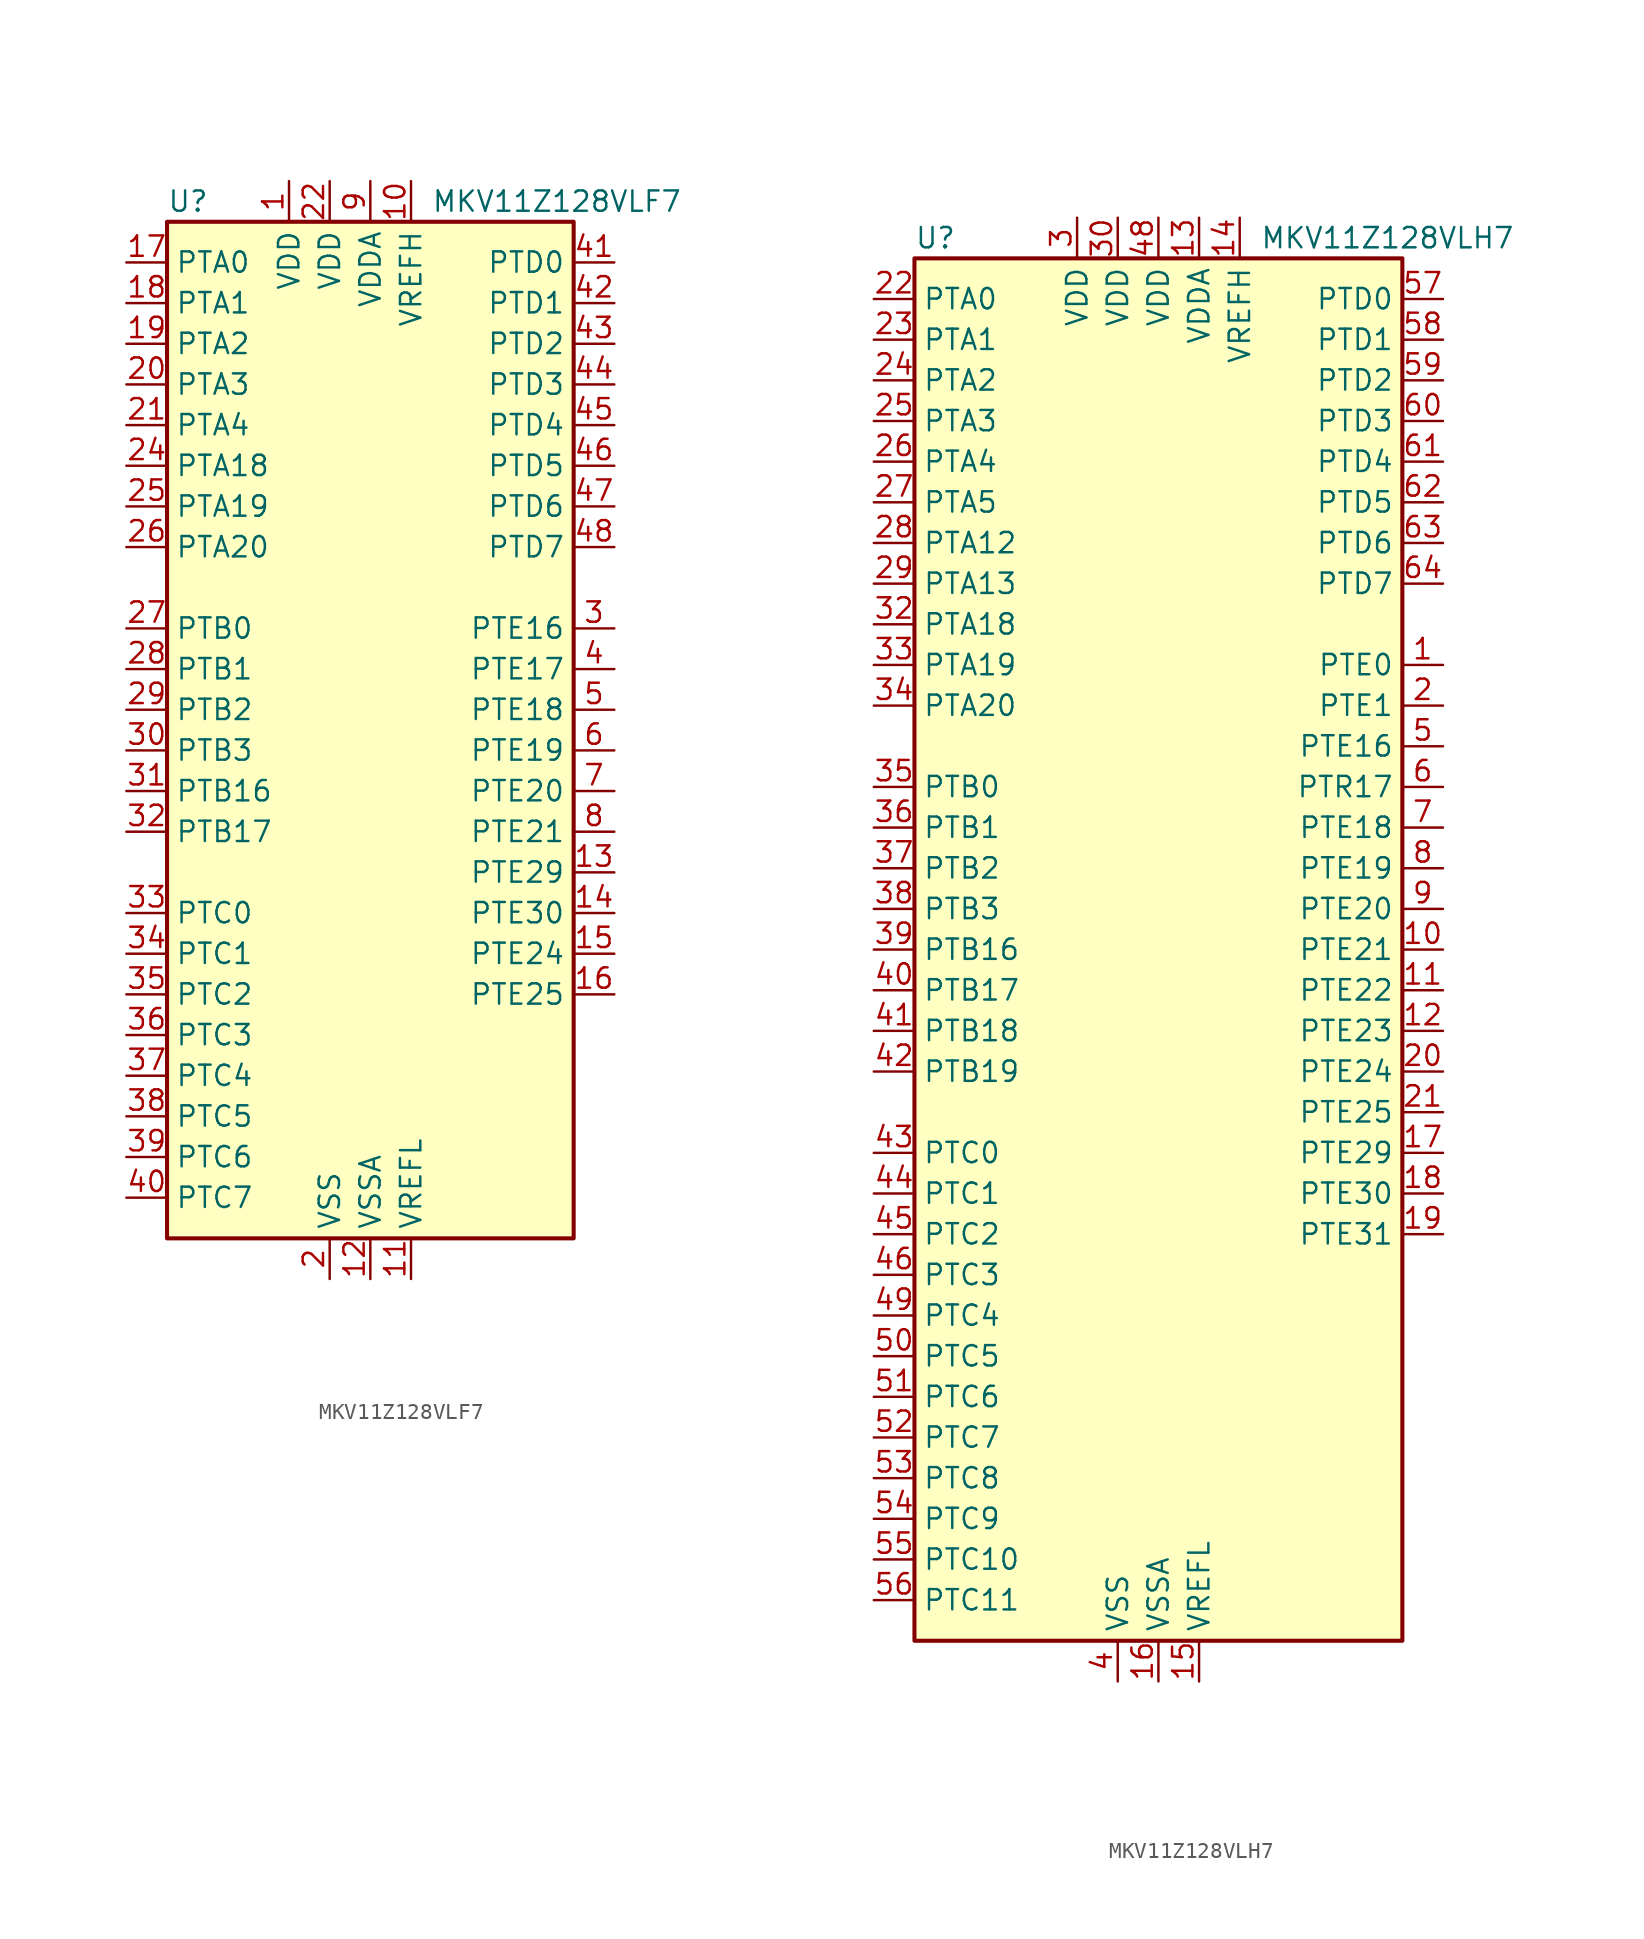
<source format=kicad_sym>
(kicad_symbol_lib
  (version 20231120)
  (generator "kicad_symbol_editor")
  (generator_version "8.0")
  (symbol "MKV11Z128VLF7"
    (property "Reference" "U"
      (at -12.7 34.29 0)
      (effects (font (size 1.27 1.27)) (justify left)))
    (property "Value" "MKV11Z128VLF7"
      (at 3.81 34.29 0)
      (effects (font (size 1.27 1.27)) (justify left)))
    (symbol "MKV11Z128VLF7_0_1"
      (rectangle (start -12.7 33.02) (end 12.7 -30.48) (stroke (width 0.254) (type default)) (fill (type background))))
    (symbol "MKV11Z128VLF7_1_1"
      (pin power_in line (at -5.08 35.56 270) (length 2.54) (name "VDD" (effects (font (size 1.27 1.27)))) (number "1" (effects (font (size 1.27 1.27)))))
      (pin power_in line (at 2.54 35.56 270) (length 2.54) (name "VREFH" (effects (font (size 1.27 1.27)))) (number "10" (effects (font (size 1.27 1.27)))))
      (pin power_in line (at 2.54 -33.02 90) (length 2.54) (name "VREFL" (effects (font (size 1.27 1.27)))) (number "11" (effects (font (size 1.27 1.27)))))
      (pin power_in line (at 0 -33.02 90) (length 2.54) (name "VSSA" (effects (font (size 1.27 1.27)))) (number "12" (effects (font (size 1.27 1.27)))))
      (pin bidirectional line (at 15.24 -7.62 180) (length 2.54) (name "PTE29" (effects (font (size 1.27 1.27)))) (number "13" (effects (font (size 1.27 1.27)))))
      (pin bidirectional line (at 15.24 -10.16 180) (length 2.54) (name "PTE30" (effects (font (size 1.27 1.27)))) (number "14" (effects (font (size 1.27 1.27)))))
      (pin bidirectional line (at 15.24 -12.7 180) (length 2.54) (name "PTE24" (effects (font (size 1.27 1.27)))) (number "15" (effects (font (size 1.27 1.27)))))
      (pin bidirectional line (at 15.24 -15.24 180) (length 2.54) (name "PTE25" (effects (font (size 1.27 1.27)))) (number "16" (effects (font (size 1.27 1.27)))))
      (pin bidirectional line (at -15.24 30.48 0) (length 2.54) (name "PTA0" (effects (font (size 1.27 1.27)))) (number "17" (effects (font (size 1.27 1.27)))))
      (pin bidirectional line (at -15.24 27.94 0) (length 2.54) (name "PTA1" (effects (font (size 1.27 1.27)))) (number "18" (effects (font (size 1.27 1.27)))))
      (pin bidirectional line (at -15.24 25.4 0) (length 2.54) (name "PTA2" (effects (font (size 1.27 1.27)))) (number "19" (effects (font (size 1.27 1.27)))))
      (pin power_in line (at -2.54 -33.02 90) (length 2.54) (name "VSS" (effects (font (size 1.27 1.27)))) (number "2" (effects (font (size 1.27 1.27)))))
      (pin bidirectional line (at -15.24 22.86 0) (length 2.54) (name "PTA3" (effects (font (size 1.27 1.27)))) (number "20" (effects (font (size 1.27 1.27)))))
      (pin bidirectional line (at -15.24 20.32 0) (length 2.54) (name "PTA4" (effects (font (size 1.27 1.27)))) (number "21" (effects (font (size 1.27 1.27)))))
      (pin power_in line (at -2.54 35.56 270) (length 2.54) (name "VDD" (effects (font (size 1.27 1.27)))) (number "22" (effects (font (size 1.27 1.27)))))
      (pin passive line (at -2.54 -33.02 90) (length 2.54) hide (name "VSS" (effects (font (size 1.27 1.27)))) (number "23" (effects (font (size 1.27 1.27)))))
      (pin bidirectional line (at -15.24 17.78 0) (length 2.54) (name "PTA18" (effects (font (size 1.27 1.27)))) (number "24" (effects (font (size 1.27 1.27)))))
      (pin bidirectional line (at -15.24 15.24 0) (length 2.54) (name "PTA19" (effects (font (size 1.27 1.27)))) (number "25" (effects (font (size 1.27 1.27)))))
      (pin bidirectional line (at -15.24 12.7 0) (length 2.54) (name "PTA20" (effects (font (size 1.27 1.27)))) (number "26" (effects (font (size 1.27 1.27)))))
      (pin bidirectional line (at -15.24 7.62 0) (length 2.54) (name "PTB0" (effects (font (size 1.27 1.27)))) (number "27" (effects (font (size 1.27 1.27)))))
      (pin bidirectional line (at -15.24 5.08 0) (length 2.54) (name "PTB1" (effects (font (size 1.27 1.27)))) (number "28" (effects (font (size 1.27 1.27)))))
      (pin bidirectional line (at -15.24 2.54 0) (length 2.54) (name "PTB2" (effects (font (size 1.27 1.27)))) (number "29" (effects (font (size 1.27 1.27)))))
      (pin bidirectional line (at 15.24 7.62 180) (length 2.54) (name "PTE16" (effects (font (size 1.27 1.27)))) (number "3" (effects (font (size 1.27 1.27)))))
      (pin bidirectional line (at -15.24 0 0) (length 2.54) (name "PTB3" (effects (font (size 1.27 1.27)))) (number "30" (effects (font (size 1.27 1.27)))))
      (pin bidirectional line (at -15.24 -2.54 0) (length 2.54) (name "PTB16" (effects (font (size 1.27 1.27)))) (number "31" (effects (font (size 1.27 1.27)))))
      (pin bidirectional line (at -15.24 -5.08 0) (length 2.54) (name "PTB17" (effects (font (size 1.27 1.27)))) (number "32" (effects (font (size 1.27 1.27)))))
      (pin bidirectional line (at -15.24 -10.16 0) (length 2.54) (name "PTC0" (effects (font (size 1.27 1.27)))) (number "33" (effects (font (size 1.27 1.27)))))
      (pin bidirectional line (at -15.24 -12.7 0) (length 2.54) (name "PTC1" (effects (font (size 1.27 1.27)))) (number "34" (effects (font (size 1.27 1.27)))))
      (pin bidirectional line (at -15.24 -15.24 0) (length 2.54) (name "PTC2" (effects (font (size 1.27 1.27)))) (number "35" (effects (font (size 1.27 1.27)))))
      (pin bidirectional line (at -15.24 -17.78 0) (length 2.54) (name "PTC3" (effects (font (size 1.27 1.27)))) (number "36" (effects (font (size 1.27 1.27)))))
      (pin bidirectional line (at -15.24 -20.32 0) (length 2.54) (name "PTC4" (effects (font (size 1.27 1.27)))) (number "37" (effects (font (size 1.27 1.27)))))
      (pin bidirectional line (at -15.24 -22.86 0) (length 2.54) (name "PTC5" (effects (font (size 1.27 1.27)))) (number "38" (effects (font (size 1.27 1.27)))))
      (pin bidirectional line (at -15.24 -25.4 0) (length 2.54) (name "PTC6" (effects (font (size 1.27 1.27)))) (number "39" (effects (font (size 1.27 1.27)))))
      (pin bidirectional line (at 15.24 5.08 180) (length 2.54) (name "PTE17" (effects (font (size 1.27 1.27)))) (number "4" (effects (font (size 1.27 1.27)))))
      (pin bidirectional line (at -15.24 -27.94 0) (length 2.54) (name "PTC7" (effects (font (size 1.27 1.27)))) (number "40" (effects (font (size 1.27 1.27)))))
      (pin bidirectional line (at 15.24 30.48 180) (length 2.54) (name "PTD0" (effects (font (size 1.27 1.27)))) (number "41" (effects (font (size 1.27 1.27)))))
      (pin bidirectional line (at 15.24 27.94 180) (length 2.54) (name "PTD1" (effects (font (size 1.27 1.27)))) (number "42" (effects (font (size 1.27 1.27)))))
      (pin bidirectional line (at 15.24 25.4 180) (length 2.54) (name "PTD2" (effects (font (size 1.27 1.27)))) (number "43" (effects (font (size 1.27 1.27)))))
      (pin bidirectional line (at 15.24 22.86 180) (length 2.54) (name "PTD3" (effects (font (size 1.27 1.27)))) (number "44" (effects (font (size 1.27 1.27)))))
      (pin bidirectional line (at 15.24 20.32 180) (length 2.54) (name "PTD4" (effects (font (size 1.27 1.27)))) (number "45" (effects (font (size 1.27 1.27)))))
      (pin bidirectional line (at 15.24 17.78 180) (length 2.54) (name "PTD5" (effects (font (size 1.27 1.27)))) (number "46" (effects (font (size 1.27 1.27)))))
      (pin bidirectional line (at 15.24 15.24 180) (length 2.54) (name "PTD6" (effects (font (size 1.27 1.27)))) (number "47" (effects (font (size 1.27 1.27)))))
      (pin bidirectional line (at 15.24 12.7 180) (length 2.54) (name "PTD7" (effects (font (size 1.27 1.27)))) (number "48" (effects (font (size 1.27 1.27)))))
      (pin bidirectional line (at 15.24 2.54 180) (length 2.54) (name "PTE18" (effects (font (size 1.27 1.27)))) (number "5" (effects (font (size 1.27 1.27)))))
      (pin bidirectional line (at 15.24 0 180) (length 2.54) (name "PTE19" (effects (font (size 1.27 1.27)))) (number "6" (effects (font (size 1.27 1.27)))))
      (pin bidirectional line (at 15.24 -2.54 180) (length 2.54) (name "PTE20" (effects (font (size 1.27 1.27)))) (number "7" (effects (font (size 1.27 1.27)))))
      (pin bidirectional line (at 15.24 -5.08 180) (length 2.54) (name "PTE21" (effects (font (size 1.27 1.27)))) (number "8" (effects (font (size 1.27 1.27)))))
      (pin power_in line (at 0 35.56 270) (length 2.54) (name "VDDA" (effects (font (size 1.27 1.27)))) (number "9" (effects (font (size 1.27 1.27)))))))
  (symbol "MKV11Z128VLH7"
    (property "Reference" "U"
      (at -15.24 44.45 0)
      (effects (font (size 1.27 1.27)) (justify left)))
    (property "Value" "MKV11Z128VLH7"
      (at 6.35 44.45 0)
      (effects (font (size 1.27 1.27)) (justify left)))
    (symbol "MKV11Z128VLH7_0_1"
      (rectangle (start -15.24 43.18) (end 15.24 -43.18) (stroke (width 0.254) (type default)) (fill (type background))))
    (symbol "MKV11Z128VLH7_1_1"
      (pin bidirectional line (at 17.78 17.78 180) (length 2.54) (name "PTE0" (effects (font (size 1.27 1.27)))) (number "1" (effects (font (size 1.27 1.27)))))
      (pin bidirectional line (at 17.78 0 180) (length 2.54) (name "PTE21" (effects (font (size 1.27 1.27)))) (number "10" (effects (font (size 1.27 1.27)))))
      (pin bidirectional line (at 17.78 -2.54 180) (length 2.54) (name "PTE22" (effects (font (size 1.27 1.27)))) (number "11" (effects (font (size 1.27 1.27)))))
      (pin bidirectional line (at 17.78 -5.08 180) (length 2.54) (name "PTE23" (effects (font (size 1.27 1.27)))) (number "12" (effects (font (size 1.27 1.27)))))
      (pin power_in line (at 2.54 45.72 270) (length 2.54) (name "VDDA" (effects (font (size 1.27 1.27)))) (number "13" (effects (font (size 1.27 1.27)))))
      (pin power_in line (at 5.08 45.72 270) (length 2.54) (name "VREFH" (effects (font (size 1.27 1.27)))) (number "14" (effects (font (size 1.27 1.27)))))
      (pin power_in line (at 2.54 -45.72 90) (length 2.54) (name "VREFL" (effects (font (size 1.27 1.27)))) (number "15" (effects (font (size 1.27 1.27)))))
      (pin power_in line (at 0 -45.72 90) (length 2.54) (name "VSSA" (effects (font (size 1.27 1.27)))) (number "16" (effects (font (size 1.27 1.27)))))
      (pin bidirectional line (at 17.78 -12.7 180) (length 2.54) (name "PTE29" (effects (font (size 1.27 1.27)))) (number "17" (effects (font (size 1.27 1.27)))))
      (pin bidirectional line (at 17.78 -15.24 180) (length 2.54) (name "PTE30" (effects (font (size 1.27 1.27)))) (number "18" (effects (font (size 1.27 1.27)))))
      (pin bidirectional line (at 17.78 -17.78 180) (length 2.54) (name "PTE31" (effects (font (size 1.27 1.27)))) (number "19" (effects (font (size 1.27 1.27)))))
      (pin bidirectional line (at 17.78 15.24 180) (length 2.54) (name "PTE1" (effects (font (size 1.27 1.27)))) (number "2" (effects (font (size 1.27 1.27)))))
      (pin bidirectional line (at 17.78 -7.62 180) (length 2.54) (name "PTE24" (effects (font (size 1.27 1.27)))) (number "20" (effects (font (size 1.27 1.27)))))
      (pin bidirectional line (at 17.78 -10.16 180) (length 2.54) (name "PTE25" (effects (font (size 1.27 1.27)))) (number "21" (effects (font (size 1.27 1.27)))))
      (pin bidirectional line (at -17.78 40.64 0) (length 2.54) (name "PTA0" (effects (font (size 1.27 1.27)))) (number "22" (effects (font (size 1.27 1.27)))))
      (pin bidirectional line (at -17.78 38.1 0) (length 2.54) (name "PTA1" (effects (font (size 1.27 1.27)))) (number "23" (effects (font (size 1.27 1.27)))))
      (pin bidirectional line (at -17.78 35.56 0) (length 2.54) (name "PTA2" (effects (font (size 1.27 1.27)))) (number "24" (effects (font (size 1.27 1.27)))))
      (pin bidirectional line (at -17.78 33.02 0) (length 2.54) (name "PTA3" (effects (font (size 1.27 1.27)))) (number "25" (effects (font (size 1.27 1.27)))))
      (pin bidirectional line (at -17.78 30.48 0) (length 2.54) (name "PTA4" (effects (font (size 1.27 1.27)))) (number "26" (effects (font (size 1.27 1.27)))))
      (pin bidirectional line (at -17.78 27.94 0) (length 2.54) (name "PTA5" (effects (font (size 1.27 1.27)))) (number "27" (effects (font (size 1.27 1.27)))))
      (pin bidirectional line (at -17.78 25.4 0) (length 2.54) (name "PTA12" (effects (font (size 1.27 1.27)))) (number "28" (effects (font (size 1.27 1.27)))))
      (pin bidirectional line (at -17.78 22.86 0) (length 2.54) (name "PTA13" (effects (font (size 1.27 1.27)))) (number "29" (effects (font (size 1.27 1.27)))))
      (pin power_in line (at -5.08 45.72 270) (length 2.54) (name "VDD" (effects (font (size 1.27 1.27)))) (number "3" (effects (font (size 1.27 1.27)))))
      (pin power_in line (at -2.54 45.72 270) (length 2.54) (name "VDD" (effects (font (size 1.27 1.27)))) (number "30" (effects (font (size 1.27 1.27)))))
      (pin passive line (at -2.54 -45.72 90) (length 2.54) hide (name "VSS" (effects (font (size 1.27 1.27)))) (number "31" (effects (font (size 1.27 1.27)))))
      (pin bidirectional line (at -17.78 20.32 0) (length 2.54) (name "PTA18" (effects (font (size 1.27 1.27)))) (number "32" (effects (font (size 1.27 1.27)))))
      (pin bidirectional line (at -17.78 17.78 0) (length 2.54) (name "PTA19" (effects (font (size 1.27 1.27)))) (number "33" (effects (font (size 1.27 1.27)))))
      (pin bidirectional line (at -17.78 15.24 0) (length 2.54) (name "PTA20" (effects (font (size 1.27 1.27)))) (number "34" (effects (font (size 1.27 1.27)))))
      (pin bidirectional line (at -17.78 10.16 0) (length 2.54) (name "PTB0" (effects (font (size 1.27 1.27)))) (number "35" (effects (font (size 1.27 1.27)))))
      (pin bidirectional line (at -17.78 7.62 0) (length 2.54) (name "PTB1" (effects (font (size 1.27 1.27)))) (number "36" (effects (font (size 1.27 1.27)))))
      (pin bidirectional line (at -17.78 5.08 0) (length 2.54) (name "PTB2" (effects (font (size 1.27 1.27)))) (number "37" (effects (font (size 1.27 1.27)))))
      (pin bidirectional line (at -17.78 2.54 0) (length 2.54) (name "PTB3" (effects (font (size 1.27 1.27)))) (number "38" (effects (font (size 1.27 1.27)))))
      (pin bidirectional line (at -17.78 0 0) (length 2.54) (name "PTB16" (effects (font (size 1.27 1.27)))) (number "39" (effects (font (size 1.27 1.27)))))
      (pin power_in line (at -2.54 -45.72 90) (length 2.54) (name "VSS" (effects (font (size 1.27 1.27)))) (number "4" (effects (font (size 1.27 1.27)))))
      (pin bidirectional line (at -17.78 -2.54 0) (length 2.54) (name "PTB17" (effects (font (size 1.27 1.27)))) (number "40" (effects (font (size 1.27 1.27)))))
      (pin bidirectional line (at -17.78 -5.08 0) (length 2.54) (name "PTB18" (effects (font (size 1.27 1.27)))) (number "41" (effects (font (size 1.27 1.27)))))
      (pin bidirectional line (at -17.78 -7.62 0) (length 2.54) (name "PTB19" (effects (font (size 1.27 1.27)))) (number "42" (effects (font (size 1.27 1.27)))))
      (pin bidirectional line (at -17.78 -12.7 0) (length 2.54) (name "PTC0" (effects (font (size 1.27 1.27)))) (number "43" (effects (font (size 1.27 1.27)))))
      (pin bidirectional line (at -17.78 -15.24 0) (length 2.54) (name "PTC1" (effects (font (size 1.27 1.27)))) (number "44" (effects (font (size 1.27 1.27)))))
      (pin bidirectional line (at -17.78 -17.78 0) (length 2.54) (name "PTC2" (effects (font (size 1.27 1.27)))) (number "45" (effects (font (size 1.27 1.27)))))
      (pin bidirectional line (at -17.78 -20.32 0) (length 2.54) (name "PTC3" (effects (font (size 1.27 1.27)))) (number "46" (effects (font (size 1.27 1.27)))))
      (pin passive line (at -2.54 -45.72 90) (length 2.54) hide (name "VSS" (effects (font (size 1.27 1.27)))) (number "47" (effects (font (size 1.27 1.27)))))
      (pin power_in line (at 0 45.72 270) (length 2.54) (name "VDD" (effects (font (size 1.27 1.27)))) (number "48" (effects (font (size 1.27 1.27)))))
      (pin bidirectional line (at -17.78 -22.86 0) (length 2.54) (name "PTC4" (effects (font (size 1.27 1.27)))) (number "49" (effects (font (size 1.27 1.27)))))
      (pin bidirectional line (at 17.78 12.7 180) (length 2.54) (name "PTE16" (effects (font (size 1.27 1.27)))) (number "5" (effects (font (size 1.27 1.27)))))
      (pin bidirectional line (at -17.78 -25.4 0) (length 2.54) (name "PTC5" (effects (font (size 1.27 1.27)))) (number "50" (effects (font (size 1.27 1.27)))))
      (pin bidirectional line (at -17.78 -27.94 0) (length 2.54) (name "PTC6" (effects (font (size 1.27 1.27)))) (number "51" (effects (font (size 1.27 1.27)))))
      (pin bidirectional line (at -17.78 -30.48 0) (length 2.54) (name "PTC7" (effects (font (size 1.27 1.27)))) (number "52" (effects (font (size 1.27 1.27)))))
      (pin bidirectional line (at -17.78 -33.02 0) (length 2.54) (name "PTC8" (effects (font (size 1.27 1.27)))) (number "53" (effects (font (size 1.27 1.27)))))
      (pin bidirectional line (at -17.78 -35.56 0) (length 2.54) (name "PTC9" (effects (font (size 1.27 1.27)))) (number "54" (effects (font (size 1.27 1.27)))))
      (pin bidirectional line (at -17.78 -38.1 0) (length 2.54) (name "PTC10" (effects (font (size 1.27 1.27)))) (number "55" (effects (font (size 1.27 1.27)))))
      (pin bidirectional line (at -17.78 -40.64 0) (length 2.54) (name "PTC11" (effects (font (size 1.27 1.27)))) (number "56" (effects (font (size 1.27 1.27)))))
      (pin bidirectional line (at 17.78 40.64 180) (length 2.54) (name "PTD0" (effects (font (size 1.27 1.27)))) (number "57" (effects (font (size 1.27 1.27)))))
      (pin bidirectional line (at 17.78 38.1 180) (length 2.54) (name "PTD1" (effects (font (size 1.27 1.27)))) (number "58" (effects (font (size 1.27 1.27)))))
      (pin bidirectional line (at 17.78 35.56 180) (length 2.54) (name "PTD2" (effects (font (size 1.27 1.27)))) (number "59" (effects (font (size 1.27 1.27)))))
      (pin bidirectional line (at 17.78 10.16 180) (length 2.54) (name "PTR17" (effects (font (size 1.27 1.27)))) (number "6" (effects (font (size 1.27 1.27)))))
      (pin bidirectional line (at 17.78 33.02 180) (length 2.54) (name "PTD3" (effects (font (size 1.27 1.27)))) (number "60" (effects (font (size 1.27 1.27)))))
      (pin bidirectional line (at 17.78 30.48 180) (length 2.54) (name "PTD4" (effects (font (size 1.27 1.27)))) (number "61" (effects (font (size 1.27 1.27)))))
      (pin bidirectional line (at 17.78 27.94 180) (length 2.54) (name "PTD5" (effects (font (size 1.27 1.27)))) (number "62" (effects (font (size 1.27 1.27)))))
      (pin bidirectional line (at 17.78 25.4 180) (length 2.54) (name "PTD6" (effects (font (size 1.27 1.27)))) (number "63" (effects (font (size 1.27 1.27)))))
      (pin bidirectional line (at 17.78 22.86 180) (length 2.54) (name "PTD7" (effects (font (size 1.27 1.27)))) (number "64" (effects (font (size 1.27 1.27)))))
      (pin bidirectional line (at 17.78 7.62 180) (length 2.54) (name "PTE18" (effects (font (size 1.27 1.27)))) (number "7" (effects (font (size 1.27 1.27)))))
      (pin bidirectional line (at 17.78 5.08 180) (length 2.54) (name "PTE19" (effects (font (size 1.27 1.27)))) (number "8" (effects (font (size 1.27 1.27)))))
      (pin bidirectional line (at 17.78 2.54 180) (length 2.54) (name "PTE20" (effects (font (size 1.27 1.27)))) (number "9" (effects (font (size 1.27 1.27))))))))
</source>
